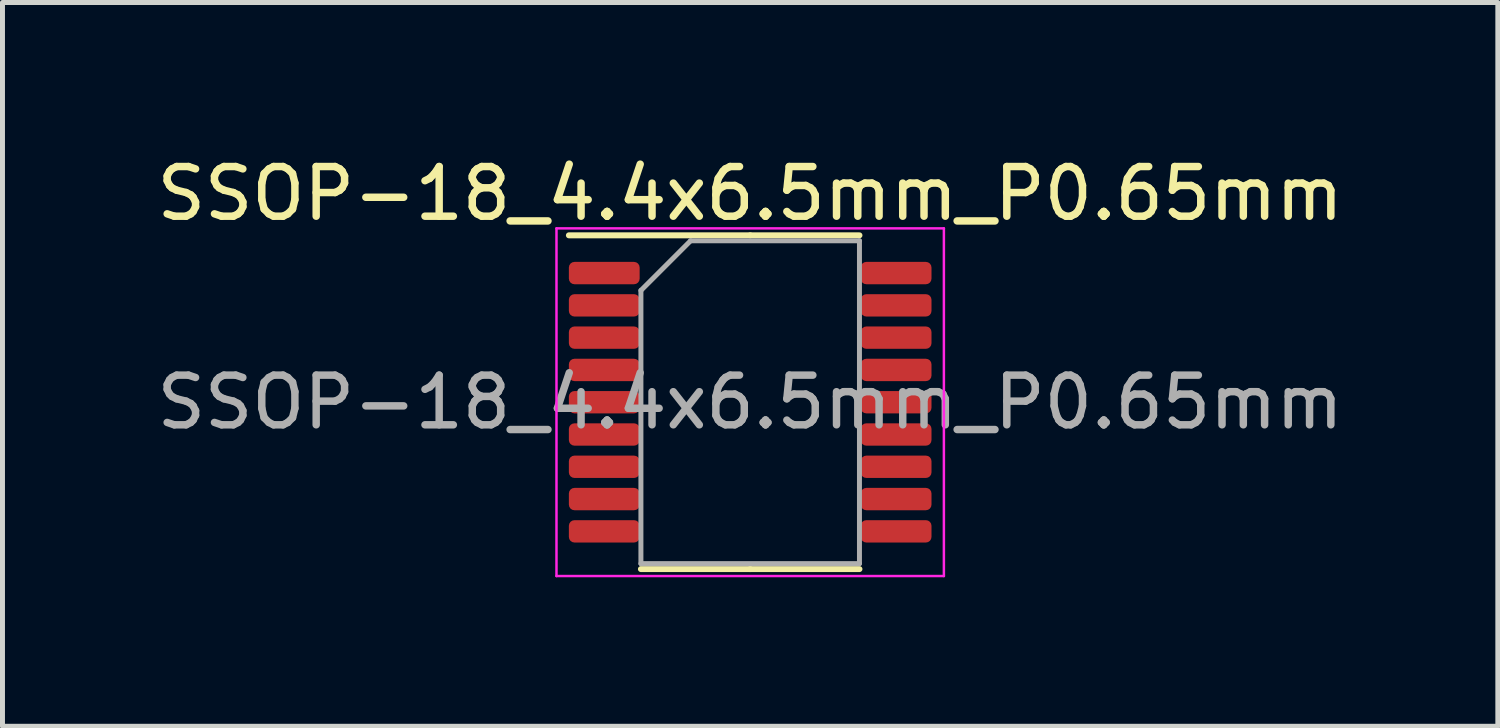
<source format=kicad_pcb>
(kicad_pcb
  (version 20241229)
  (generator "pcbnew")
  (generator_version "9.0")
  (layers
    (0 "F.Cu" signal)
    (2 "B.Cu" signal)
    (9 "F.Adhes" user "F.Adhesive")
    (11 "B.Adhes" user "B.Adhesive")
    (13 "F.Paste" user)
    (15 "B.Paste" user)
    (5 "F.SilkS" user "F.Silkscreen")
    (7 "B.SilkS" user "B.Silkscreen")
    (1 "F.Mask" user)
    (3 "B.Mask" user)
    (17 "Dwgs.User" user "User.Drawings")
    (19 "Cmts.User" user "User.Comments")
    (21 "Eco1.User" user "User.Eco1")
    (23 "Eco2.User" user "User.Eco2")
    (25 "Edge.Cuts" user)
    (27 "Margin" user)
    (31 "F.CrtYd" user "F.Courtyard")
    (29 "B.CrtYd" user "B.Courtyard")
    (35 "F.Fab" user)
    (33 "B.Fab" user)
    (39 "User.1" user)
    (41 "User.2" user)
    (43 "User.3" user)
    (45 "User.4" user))
  (footprint "SSOP-18_4.4x6.5mm_P0.65mm"
    (layer "F.Cu")
    (at 12.054 5.048)
    (property "Reference" "SSOP-18_4.4x6.5mm_P0.65mm" (at 0 -4.2 0) (layer "F.SilkS") (effects (font (size 1 1) (thickness 0.15))))
    (attr smd)
    (fp_line (start 0 -3.36) (end -3.65 -3.36) (stroke (width 0.12) (type solid)) (layer "F.SilkS"))
    (fp_line (start 0 -3.36) (end 2.2 -3.36) (stroke (width 0.12) (type solid)) (layer "F.SilkS"))
    (fp_line (start 0 3.36) (end -2.2 3.36) (stroke (width 0.12) (type solid)) (layer "F.SilkS"))
    (fp_line (start 0 3.36) (end 2.2 3.36) (stroke (width 0.12) (type solid)) (layer "F.SilkS"))
    (fp_line (start -3.9 -3.5) (end -3.9 3.5) (stroke (width 0.05) (type solid)) (layer "F.CrtYd"))
    (fp_line (start -3.9 3.5) (end 3.9 3.5) (stroke (width 0.05) (type solid)) (layer "F.CrtYd"))
    (fp_line (start 3.9 -3.5) (end -3.9 -3.5) (stroke (width 0.05) (type solid)) (layer "F.CrtYd"))
    (fp_line (start 3.9 3.5) (end 3.9 -3.5) (stroke (width 0.05) (type solid)) (layer "F.CrtYd"))
    (fp_line (start -2.2 -2.25) (end -1.2 -3.25) (stroke (width 0.1) (type solid)) (layer "F.Fab"))
    (fp_line (start -2.2 3.25) (end -2.2 -2.25) (stroke (width 0.1) (type solid)) (layer "F.Fab"))
    (fp_line (start -1.2 -3.25) (end 2.2 -3.25) (stroke (width 0.1) (type solid)) (layer "F.Fab"))
    (fp_line (start 2.2 -3.25) (end 2.2 3.25) (stroke (width 0.1) (type solid)) (layer "F.Fab"))
    (fp_line (start 2.2 3.25) (end -2.2 3.25) (stroke (width 0.1) (type solid)) (layer "F.Fab"))
    (fp_text user "${REFERENCE}" (at 0 0 0) (layer "F.Fab") (effects (font (size 1 1) (thickness 0.15))))
    (pad "1" smd roundrect (at -2.938 -2.6) (size 1.425 0.45) (layers "F.Cu" "F.Mask" "F.Paste") (roundrect_rratio 0.25))
    (pad "2" smd roundrect (at -2.938 -1.95) (size 1.425 0.45) (layers "F.Cu" "F.Mask" "F.Paste") (roundrect_rratio 0.25))
    (pad "3" smd roundrect (at -2.938 -1.3) (size 1.425 0.45) (layers "F.Cu" "F.Mask" "F.Paste") (roundrect_rratio 0.25))
    (pad "4" smd roundrect (at -2.938 -0.65) (size 1.425 0.45) (layers "F.Cu" "F.Mask" "F.Paste") (roundrect_rratio 0.25))
    (pad "5" smd roundrect (at -2.938 0) (size 1.425 0.45) (layers "F.Cu" "F.Mask" "F.Paste") (roundrect_rratio 0.25))
    (pad "6" smd roundrect (at -2.938 0.65) (size 1.425 0.45) (layers "F.Cu" "F.Mask" "F.Paste") (roundrect_rratio 0.25))
    (pad "7" smd roundrect (at -2.938 1.3) (size 1.425 0.45) (layers "F.Cu" "F.Mask" "F.Paste") (roundrect_rratio 0.25))
    (pad "8" smd roundrect (at -2.938 1.95) (size 1.425 0.45) (layers "F.Cu" "F.Mask" "F.Paste") (roundrect_rratio 0.25))
    (pad "9" smd roundrect (at -2.938 2.6) (size 1.425 0.45) (layers "F.Cu" "F.Mask" "F.Paste") (roundrect_rratio 0.25))
    (pad "10" smd roundrect (at 2.938 2.6) (size 1.425 0.45) (layers "F.Cu" "F.Mask" "F.Paste") (roundrect_rratio 0.25))
    (pad "11" smd roundrect (at 2.938 1.95) (size 1.425 0.45) (layers "F.Cu" "F.Mask" "F.Paste") (roundrect_rratio 0.25))
    (pad "12" smd roundrect (at 2.938 1.3) (size 1.425 0.45) (layers "F.Cu" "F.Mask" "F.Paste") (roundrect_rratio 0.25))
    (pad "13" smd roundrect (at 2.938 0.65) (size 1.425 0.45) (layers "F.Cu" "F.Mask" "F.Paste") (roundrect_rratio 0.25))
    (pad "14" smd roundrect (at 2.938 0) (size 1.425 0.45) (layers "F.Cu" "F.Mask" "F.Paste") (roundrect_rratio 0.25))
    (pad "15" smd roundrect (at 2.938 -0.65) (size 1.425 0.45) (layers "F.Cu" "F.Mask" "F.Paste") (roundrect_rratio 0.25))
    (pad "16" smd roundrect (at 2.938 -1.3) (size 1.425 0.45) (layers "F.Cu" "F.Mask" "F.Paste") (roundrect_rratio 0.25))
    (pad "17" smd roundrect (at 2.938 -1.95) (size 1.425 0.45) (layers "F.Cu" "F.Mask" "F.Paste") (roundrect_rratio 0.25))
    (pad "18" smd roundrect (at 2.938 -2.6) (size 1.425 0.45) (layers "F.Cu" "F.Mask" "F.Paste") (roundrect_rratio 0.25)))
  (gr_rect
    (start -3 -3)
    (end 27.107 11.573)
    (stroke (width 0.1) (type default))
    (fill no)
    (layer "Edge.Cuts")))
</source>
